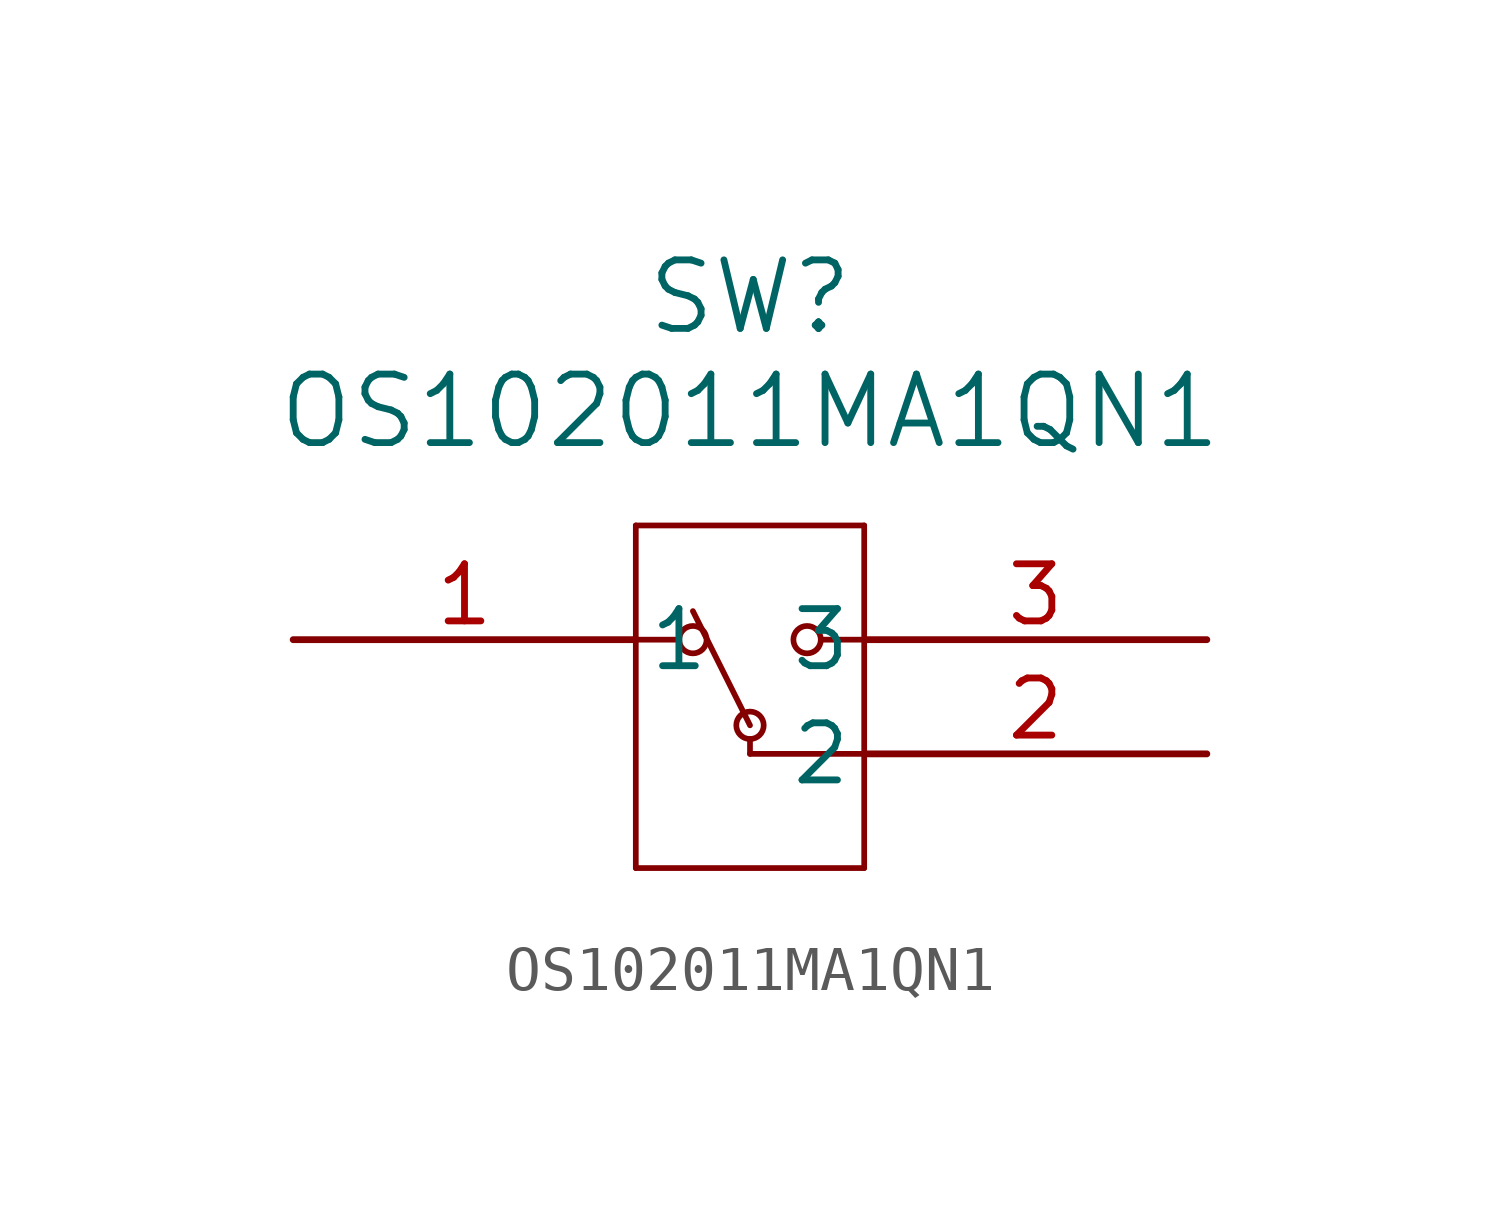
<source format=kicad_sym>
(kicad_symbol_lib
  (version 20211014)
  (generator kicad_symbol_editor)
  (symbol "OS102011MA1QN1"
    (pin_names
      (offset 0.254))
    (property "Reference" "SW"
      (at 10.16 7.62 0)
      (effects (font (size 1.524 1.524))))
    (property "Value" "OS102011MA1QN1"
      (at 10.16 5.08 0)
      (effects (font (size 1.524 1.524))))
    (polyline
      (pts (xy 7.62 2.54) (xy 7.62 -5.08))
      (stroke (width 0.127) (type default) (color 0 0 0 0))
      (fill (type none)))
    (polyline
      (pts (xy 7.62 -5.08) (xy 12.7 -5.08))
      (stroke (width 0.127) (type default) (color 0 0 0 0))
      (fill (type none)))
    (polyline
      (pts (xy 12.7 -5.08) (xy 12.7 2.54))
      (stroke (width 0.127) (type default) (color 0 0 0 0))
      (fill (type none)))
    (polyline
      (pts (xy 12.7 2.54) (xy 7.62 2.54))
      (stroke (width 0.127) (type default) (color 0 0 0 0))
      (fill (type none)))
    (polyline
      (pts (xy 7.62 0) (xy 8.572 0))
      (stroke (width 0.127) (type default) (color 0 0 0 0))
      (fill (type none)))
    (polyline
      (pts (xy 11.748 0) (xy 12.7 0))
      (stroke (width 0.127) (type default) (color 0 0 0 0))
      (fill (type none)))
    (polyline
      (pts (xy 10.16 -2.54) (xy 12.7 -2.54))
      (stroke (width 0.127) (type default) (color 0 0 0 0))
      (fill (type none)))
    (polyline
      (pts (xy 10.16 -2.54) (xy 10.16 -2.21))
      (stroke (width 0.127) (type default) (color 0 0 0 0))
      (fill (type none)))
    (circle
      (center 8.89 0)
      (radius 0.305)
      (stroke (width 0.127) (type default) (color 0 0 0 0))
      (fill (type none)))
    (circle
      (center 11.43 0)
      (radius 0.305)
      (stroke (width 0.127) (type default) (color 0 0 0 0))
      (fill (type none)))
    (circle
      (center 10.16 -1.905)
      (radius 0.305)
      (stroke (width 0.127) (type default) (color 0 0 0 0))
      (fill (type none)))
    (polyline
      (pts (xy 10.16 -1.905) (xy 8.89 0.635))
      (stroke (width 0.127) (type default) (color 0 0 0 0))
      (fill (type none)))
    (pin unspecified line
      (at 0 0 0)
      (length 7.62)
      (name "1" (effects (font (size 1.27 1.27))))
      (number "1" (effects (font (size 1.27 1.27)))))
    (pin unspecified line
      (at 20.32 -2.54 180)
      (length 7.62)
      (name "2" (effects (font (size 1.27 1.27))))
      (number "2" (effects (font (size 1.27 1.27)))))
    (pin unspecified line
      (at 20.32 0 180)
      (length 7.62)
      (name "3" (effects (font (size 1.27 1.27))))
      (number "3" (effects (font (size 1.27 1.27)))))))
</source>
